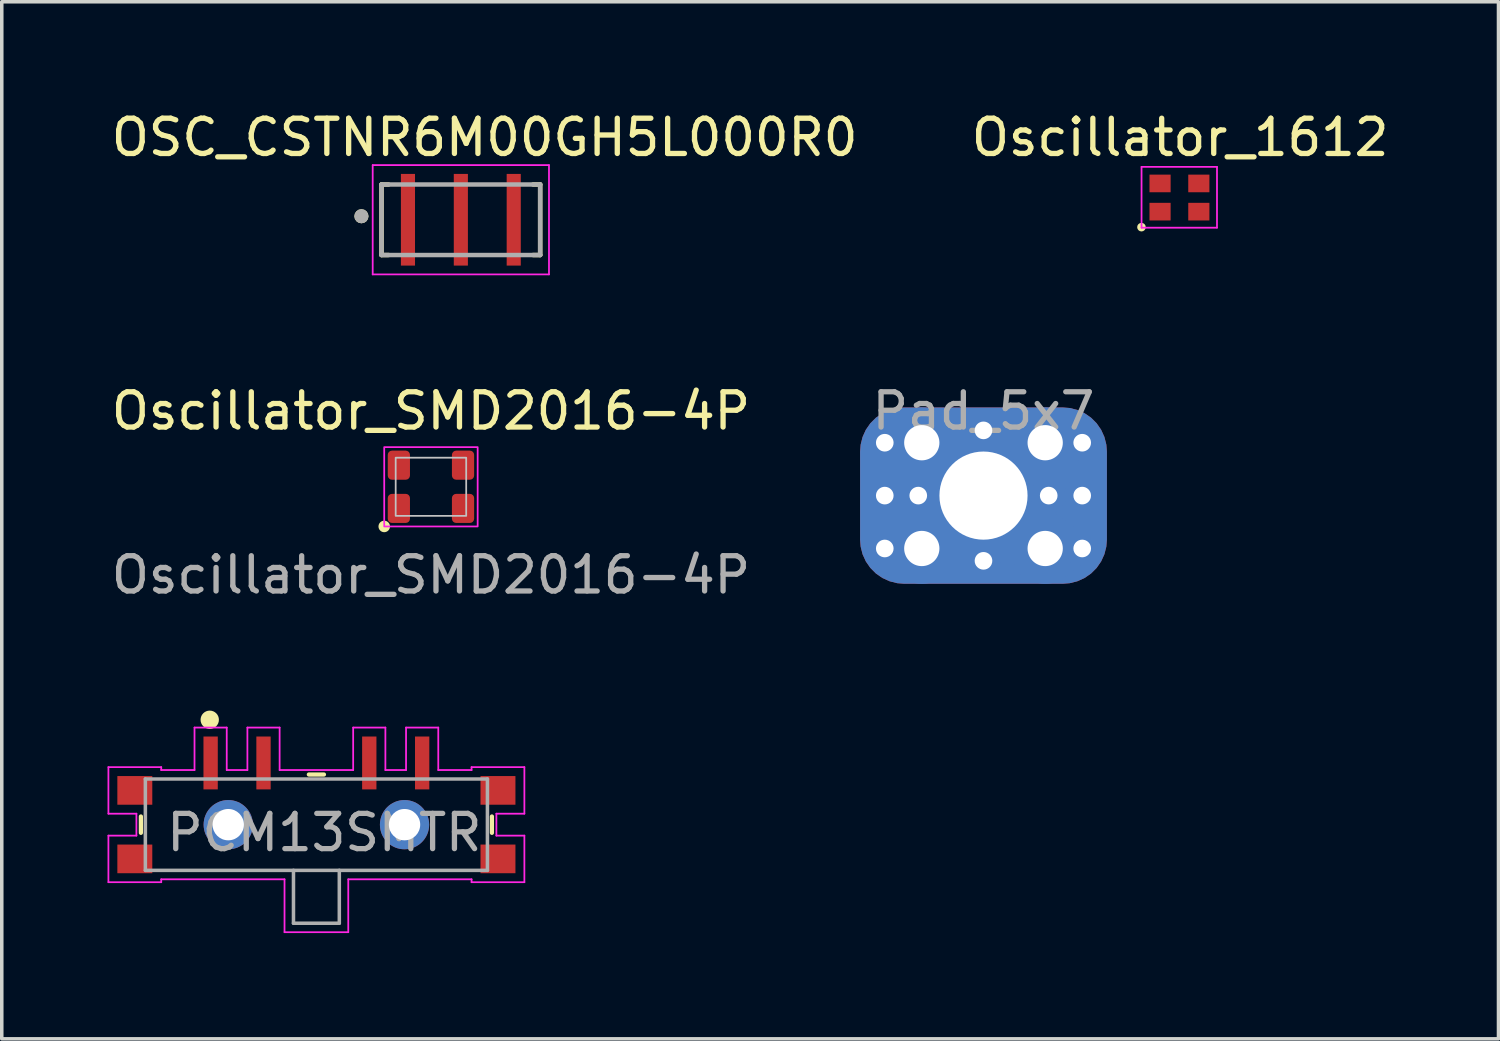
<source format=kicad_pcb>
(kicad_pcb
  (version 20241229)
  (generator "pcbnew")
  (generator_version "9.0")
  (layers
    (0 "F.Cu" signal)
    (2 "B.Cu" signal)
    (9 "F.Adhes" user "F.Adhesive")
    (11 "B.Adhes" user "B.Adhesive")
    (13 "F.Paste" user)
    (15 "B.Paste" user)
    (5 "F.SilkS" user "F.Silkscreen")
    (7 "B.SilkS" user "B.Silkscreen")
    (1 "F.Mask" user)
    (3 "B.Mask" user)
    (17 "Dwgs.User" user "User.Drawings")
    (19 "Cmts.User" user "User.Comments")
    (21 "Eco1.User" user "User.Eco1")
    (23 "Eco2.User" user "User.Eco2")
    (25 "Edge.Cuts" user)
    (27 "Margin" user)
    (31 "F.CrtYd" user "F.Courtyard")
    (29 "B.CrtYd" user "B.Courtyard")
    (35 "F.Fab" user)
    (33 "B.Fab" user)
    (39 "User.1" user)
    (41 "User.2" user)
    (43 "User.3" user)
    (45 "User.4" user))
  (footprint "PCM13SMTR"
    (layer "F.Cu")
    (at 2.924 18.59)
    (property "Reference" "PCM13SMTR" (at 3.225 1.975 0) (layer "F.Fab") (effects (font (size 1 1) (thickness 0.15))))
    (attr through_hole)
    (fp_line (start -1.978 1.518) (end -1.978 1.982) (stroke (width 0.12) (type solid)) (layer "F.SilkS"))
    (fp_line (start 3.214 0.328) (end 2.786 0.328) (stroke (width 0.12) (type solid)) (layer "F.SilkS"))
    (fp_line (start 7.978 1.982) (end 7.978 1.518) (stroke (width 0.12) (type solid)) (layer "F.SilkS"))
    (fp_circle (center -0.025 -1.225) (end 0.175 -1.225) (stroke (width 0.12) (type solid)) (fill yes) (layer "F.SilkS"))
    (fp_line (start -2.899 0.118) (end -2.899 1.439) (stroke (width 0.05) (type solid)) (layer "F.CrtYd"))
    (fp_line (start -2.899 1.439) (end -2.105 1.439) (stroke (width 0.05) (type solid)) (layer "F.CrtYd"))
    (fp_line (start -2.899 2.061) (end -2.899 3.382) (stroke (width 0.05) (type solid)) (layer "F.CrtYd"))
    (fp_line (start -2.899 3.382) (end -1.401 3.382) (stroke (width 0.05) (type solid)) (layer "F.CrtYd"))
    (fp_line (start -2.105 1.439) (end -2.105 2.061) (stroke (width 0.05) (type solid)) (layer "F.CrtYd"))
    (fp_line (start -2.105 2.061) (end -2.899 2.061) (stroke (width 0.05) (type solid)) (layer "F.CrtYd"))
    (fp_line (start -1.401 0.118) (end -2.899 0.118) (stroke (width 0.05) (type solid)) (layer "F.CrtYd"))
    (fp_line (start -1.401 0.201) (end -1.401 0.118) (stroke (width 0.05) (type solid)) (layer "F.CrtYd"))
    (fp_line (start -1.401 3.3) (end 2.096 3.3) (stroke (width 0.05) (type solid)) (layer "F.CrtYd"))
    (fp_line (start -1.401 3.382) (end -1.401 3.3) (stroke (width 0.05) (type solid)) (layer "F.CrtYd"))
    (fp_line (start -0.457 -1.004) (end -0.457 0.201) (stroke (width 0.05) (type solid)) (layer "F.CrtYd"))
    (fp_line (start -0.457 0.201) (end -1.401 0.201) (stroke (width 0.05) (type solid)) (layer "F.CrtYd"))
    (fp_line (start 0.457 -1.004) (end -0.457 -1.004) (stroke (width 0.05) (type solid)) (layer "F.CrtYd"))
    (fp_line (start 0.457 0.201) (end 0.457 -1.004) (stroke (width 0.05) (type solid)) (layer "F.CrtYd"))
    (fp_line (start 1.043 -1.004) (end 1.043 0.201) (stroke (width 0.05) (type solid)) (layer "F.CrtYd"))
    (fp_line (start 1.043 0.201) (end 0.457 0.201) (stroke (width 0.05) (type solid)) (layer "F.CrtYd"))
    (fp_line (start 1.957 -1.004) (end 1.043 -1.004) (stroke (width 0.05) (type solid)) (layer "F.CrtYd"))
    (fp_line (start 1.957 0.201) (end 1.957 -1.004) (stroke (width 0.05) (type solid)) (layer "F.CrtYd"))
    (fp_line (start 2.096 3.3) (end 2.096 4.8) (stroke (width 0.05) (type solid)) (layer "F.CrtYd"))
    (fp_line (start 2.096 4.8) (end 3.904 4.8) (stroke (width 0.05) (type solid)) (layer "F.CrtYd"))
    (fp_line (start 3.904 3.3) (end 7.401 3.3) (stroke (width 0.05) (type solid)) (layer "F.CrtYd"))
    (fp_line (start 3.904 4.8) (end 3.904 3.3) (stroke (width 0.05) (type solid)) (layer "F.CrtYd"))
    (fp_line (start 4.043 -1.004) (end 4.043 0.201) (stroke (width 0.05) (type solid)) (layer "F.CrtYd"))
    (fp_line (start 4.043 0.201) (end 1.957 0.201) (stroke (width 0.05) (type solid)) (layer "F.CrtYd"))
    (fp_line (start 4.957 -1.004) (end 4.043 -1.004) (stroke (width 0.05) (type solid)) (layer "F.CrtYd"))
    (fp_line (start 4.957 0.201) (end 4.957 -1.004) (stroke (width 0.05) (type solid)) (layer "F.CrtYd"))
    (fp_line (start 5.543 -1.004) (end 5.543 0.201) (stroke (width 0.05) (type solid)) (layer "F.CrtYd"))
    (fp_line (start 5.543 0.201) (end 4.957 0.201) (stroke (width 0.05) (type solid)) (layer "F.CrtYd"))
    (fp_line (start 6.457 -1.004) (end 5.543 -1.004) (stroke (width 0.05) (type solid)) (layer "F.CrtYd"))
    (fp_line (start 6.457 0.201) (end 6.457 -1.004) (stroke (width 0.05) (type solid)) (layer "F.CrtYd"))
    (fp_line (start 7.401 0.118) (end 7.401 0.201) (stroke (width 0.05) (type solid)) (layer "F.CrtYd"))
    (fp_line (start 7.401 0.201) (end 6.457 0.201) (stroke (width 0.05) (type solid)) (layer "F.CrtYd"))
    (fp_line (start 7.401 3.3) (end 7.401 3.382) (stroke (width 0.05) (type solid)) (layer "F.CrtYd"))
    (fp_line (start 7.401 3.382) (end 8.899 3.382) (stroke (width 0.05) (type solid)) (layer "F.CrtYd"))
    (fp_line (start 8.105 1.439) (end 8.899 1.439) (stroke (width 0.05) (type solid)) (layer "F.CrtYd"))
    (fp_line (start 8.105 2.061) (end 8.105 1.439) (stroke (width 0.05) (type solid)) (layer "F.CrtYd"))
    (fp_line (start 8.899 0.118) (end 7.401 0.118) (stroke (width 0.05) (type solid)) (layer "F.CrtYd"))
    (fp_line (start 8.899 1.439) (end 8.899 0.118) (stroke (width 0.05) (type solid)) (layer "F.CrtYd"))
    (fp_line (start 8.899 2.061) (end 8.105 2.061) (stroke (width 0.05) (type solid)) (layer "F.CrtYd"))
    (fp_line (start 8.899 3.382) (end 8.899 2.061) (stroke (width 0.05) (type solid)) (layer "F.CrtYd"))
    (fp_line (start -1.851 0.455) (end -1.851 3.046) (stroke (width 0.1) (type solid)) (layer "F.Fab"))
    (fp_line (start -1.851 3.046) (end 7.851 3.046) (stroke (width 0.1) (type solid)) (layer "F.Fab"))
    (fp_line (start 2.35 4.546) (end 2.35 3.046) (stroke (width 0.1) (type solid)) (layer "F.Fab"))
    (fp_line (start 3.65 3.046) (end 3.65 4.546) (stroke (width 0.1) (type solid)) (layer "F.Fab"))
    (fp_line (start 3.65 4.546) (end 2.35 4.546) (stroke (width 0.1) (type solid)) (layer "F.Fab"))
    (fp_line (start 7.851 0.455) (end -1.851 0.455) (stroke (width 0.1) (type solid)) (layer "F.Fab"))
    (fp_line (start 7.851 3.046) (end 7.851 0.455) (stroke (width 0.1) (type solid)) (layer "F.Fab"))
    (pad "1" smd rect (at 0 0) (size 0.406 1.5) (layers "F.Cu" "F.Mask" "F.Paste"))
    (pad "2" smd rect (at 1.5 0) (size 0.406 1.5) (layers "F.Cu" "F.Mask" "F.Paste"))
    (pad "3" smd rect (at 4.5 0) (size 0.406 1.5) (layers "F.Cu" "F.Mask" "F.Paste"))
    (pad "4" smd rect (at 6 0) (size 0.406 1.5) (layers "F.Cu" "F.Mask" "F.Paste"))
    (pad "MP" smd rect (at -2.15 0.778) (size 0.991 0.813) (layers "F.Cu" "F.Mask" "F.Paste"))
    (pad "MP" smd rect (at -2.15 2.721) (size 0.991 0.813) (layers "F.Cu" "F.Mask" "F.Paste"))
    (pad "MP" thru_hole circle (at 0.5 1.75) (size 1.397 1.397) (drill 0.889) (layers "*.Cu" "*.Mask"))
    (pad "MP" thru_hole circle (at 5.5 1.75) (size 1.397 1.397) (drill 0.889) (layers "*.Cu" "*.Mask"))
    (pad "MP" smd rect (at 8.15 0.778) (size 0.991 0.813) (layers "F.Cu" "F.Mask" "F.Paste"))
    (pad "MP" smd rect (at 8.15 2.721) (size 0.991 0.813) (layers "F.Cu" "F.Mask" "F.Paste")))
  (footprint "OSC_CSTNR6M00GH5L000R0"
    (layer "F.Cu")
    (at 10.021 3.183)
    (property "Reference" "OSC_CSTNR6M00GH5L000R0" (at 0.675 -2.335 0) (layer "F.SilkS") (effects (font (size 1 1) (thickness 0.15))))
    (attr smd)
    (fp_line (start -2.25 -1) (end -2.25 1) (stroke (width 0.127) (type solid)) (layer "F.SilkS"))
    (fp_line (start -2.25 -1) (end -2.05 -1) (stroke (width 0.127) (type solid)) (layer "F.SilkS"))
    (fp_line (start -2.25 1) (end -2.05 1) (stroke (width 0.127) (type solid)) (layer "F.SilkS"))
    (fp_line (start 2.25 -1) (end 2.05 -1) (stroke (width 0.127) (type solid)) (layer "F.SilkS"))
    (fp_line (start 2.25 -1) (end 2.25 1) (stroke (width 0.127) (type solid)) (layer "F.SilkS"))
    (fp_line (start 2.25 1) (end 2.05 1) (stroke (width 0.127) (type solid)) (layer "F.SilkS"))
    (fp_circle (center -2.82 -0.1) (end -2.72 -0.1) (stroke (width 0.2) (type solid)) (fill no) (layer "F.SilkS"))
    (fp_line (start -2.5 -1.55) (end 2.5 -1.55) (stroke (width 0.05) (type solid)) (layer "F.CrtYd"))
    (fp_line (start -2.5 1.55) (end -2.5 -1.55) (stroke (width 0.05) (type solid)) (layer "F.CrtYd"))
    (fp_line (start 2.5 -1.55) (end 2.5 1.55) (stroke (width 0.05) (type solid)) (layer "F.CrtYd"))
    (fp_line (start 2.5 1.55) (end -2.5 1.55) (stroke (width 0.05) (type solid)) (layer "F.CrtYd"))
    (fp_line (start -2.25 -1) (end -2.25 1) (stroke (width 0.127) (type solid)) (layer "F.Fab"))
    (fp_line (start -2.25 -1) (end 2.25 -1) (stroke (width 0.127) (type solid)) (layer "F.Fab"))
    (fp_line (start 2.25 -1) (end 2.25 1) (stroke (width 0.127) (type solid)) (layer "F.Fab"))
    (fp_line (start 2.25 1) (end -2.25 1) (stroke (width 0.127) (type solid)) (layer "F.Fab"))
    (fp_circle (center -2.82 -0.1) (end -2.72 -0.1) (stroke (width 0.2) (type solid)) (fill no) (layer "F.Fab"))
    (pad "1" smd rect (at -1.5 0) (size 0.4 2.6) (layers "F.Cu" "F.Mask" "F.Paste"))
    (pad "2" smd rect (at 0 0) (size 0.4 2.6) (layers "F.Cu" "F.Mask" "F.Paste"))
    (pad "3" smd rect (at 1.5 0) (size 0.4 2.6) (layers "F.Cu" "F.Mask" "F.Paste")))
  (footprint "Oscillator_SMD2016-4P"
    (layer "F.Cu")
    (at 9.173 10.757)
    (property "Reference" "Oscillator_SMD2016-4P" (at 0 -2.15 0) (unlocked yes) (layer "F.SilkS") (effects (font (size 1 1) (thickness 0.15))))
    (attr smd)
    (fp_circle (center -1.325 1.125) (end -1.222 1.125) (stroke (width 0.12) (type solid)) (fill yes) (layer "F.SilkS"))
    (fp_rect (start -1 -0.825) (end 1 0.825) (stroke (width 0.05) (type default)) (fill no) (layer "Dwgs.User"))
    (fp_rect (start -1.325 -1.125) (end 1.325 1.125) (stroke (width 0.05) (type default)) (fill no) (layer "F.CrtYd"))
    (fp_text user "${REFERENCE}" (at 0 2.5 0) (unlocked yes) (layer "F.Fab") (effects (font (size 1 1) (thickness 0.15))))
    (pad "1" smd roundrect (at -0.91 0.613) (size 0.63 0.825) (layers "F.Cu" "F.Mask" "F.Paste") (roundrect_rratio 0.19))
    (pad "2" smd roundrect (at 0.91 0.613) (size 0.63 0.825) (layers "F.Cu" "F.Mask" "F.Paste") (roundrect_rratio 0.19))
    (pad "3" smd roundrect (at 0.91 -0.613) (size 0.63 0.825) (layers "F.Cu" "F.Mask" "F.Paste") (roundrect_rratio 0.19))
    (pad "4" smd roundrect (at -0.91 -0.613) (size 0.63 0.825) (layers "F.Cu" "F.Mask" "F.Paste") (roundrect_rratio 0.19)))
  (footprint "Pad_5x7"
    (layer "F.Cu")
    (at 24.845 11.007)
    (property "Reference" "Pad_5x7" (at 0 -2.4 0) (unlocked yes) (layer "F.Fab") (effects (font (size 1 1) (thickness 0.15))))
    (attr through_hole)
    (pad "1" thru_hole circle (at -2.8 -1.5) (size 1 1) (drill 0.5) (layers "*.Cu" "*.Mask"))
    (pad "1" thru_hole circle (at -2.8 0) (size 1 1) (drill 0.5) (layers "*.Cu" "*.Mask"))
    (pad "1" thru_hole circle (at -2.8 1.5) (size 1 1) (drill 0.5) (layers "*.Cu" "*.Mask"))
    (pad "1" thru_hole circle (at -1.85 0) (size 1 1) (drill 0.5) (layers "*.Cu" "*.Mask"))
    (pad "1" thru_hole circle (at -1.75 -1.5) (size 2 2) (drill 1) (layers "*.Cu" "*.Mask"))
    (pad "1" thru_hole circle (at -1.75 1.5) (size 2 2) (drill 1) (layers "*.Cu" "*.Mask"))
    (pad "1" thru_hole circle (at 0 -1.85) (size 1 1) (drill 0.5) (layers "*.Cu" "*.Mask"))
    (pad "1" thru_hole roundrect (at 0 0) (size 7 5) (drill 2.5) (layers "*.Cu" "*.Mask") (roundrect_rratio 0.25))
    (pad "1" thru_hole circle (at 0 1.85) (size 1 1) (drill 0.5) (layers "*.Cu" "*.Mask"))
    (pad "1" thru_hole circle (at 1.75 -1.5) (size 2 2) (drill 1) (layers "*.Cu" "*.Mask"))
    (pad "1" thru_hole circle (at 1.75 1.5) (size 2 2) (drill 1) (layers "*.Cu" "*.Mask"))
    (pad "1" thru_hole circle (at 1.85 0) (size 1 1) (drill 0.5) (layers "*.Cu" "*.Mask"))
    (pad "1" thru_hole circle (at 2.8 -1.5) (size 1 1) (drill 0.5) (layers "*.Cu" "*.Mask"))
    (pad "1" thru_hole circle (at 2.8 0) (size 1 1) (drill 0.5) (layers "*.Cu" "*.Mask"))
    (pad "1" thru_hole circle (at 2.8 1.5) (size 1 1) (drill 0.5) (layers "*.Cu" "*.Mask")))
  (footprint "Oscillator_1612"
    (layer "F.Cu")
    (at 30.403 2.553)
    (property "Reference" "Oscillator_1612" (at 0.02 -1.705 0) (layer "F.SilkS") (effects (font (size 1 1) (thickness 0.15))))
    (attr through_hole)
    (fp_circle (center -1.077 0.84) (end -1.017 0.855) (stroke (width 0.12) (type solid)) (fill no) (layer "F.SilkS"))
    (fp_line (start -1.075 -0.87) (end 1.065 -0.87) (stroke (width 0.05) (type solid)) (layer "F.CrtYd"))
    (fp_line (start -1.075 0.855) (end -1.075 -0.87) (stroke (width 0.05) (type solid)) (layer "F.CrtYd"))
    (fp_line (start 1.065 -0.87) (end 1.065 0.855) (stroke (width 0.05) (type solid)) (layer "F.CrtYd"))
    (fp_line (start 1.065 0.855) (end -1.075 0.855) (stroke (width 0.05) (type solid)) (layer "F.CrtYd"))
    (pad "1" smd rect (at -0.55 0.4) (size 0.6 0.5) (layers "F.Cu" "F.Mask" "F.Paste"))
    (pad "2" smd rect (at 0.55 0.4) (size 0.6 0.5) (layers "F.Cu" "F.Mask" "F.Paste"))
    (pad "3" smd rect (at 0.55 -0.4) (size 0.6 0.5) (layers "F.Cu" "F.Mask" "F.Paste"))
    (pad "4" smd rect (at -0.55 -0.4) (size 0.6 0.5) (layers "F.Cu" "F.Mask" "F.Paste")))
  (gr_rect
    (start -3 -3)
    (end 39.452 26.415)
    (stroke (width 0.1) (type default))
    (fill no)
    (layer "Edge.Cuts")))
</source>
